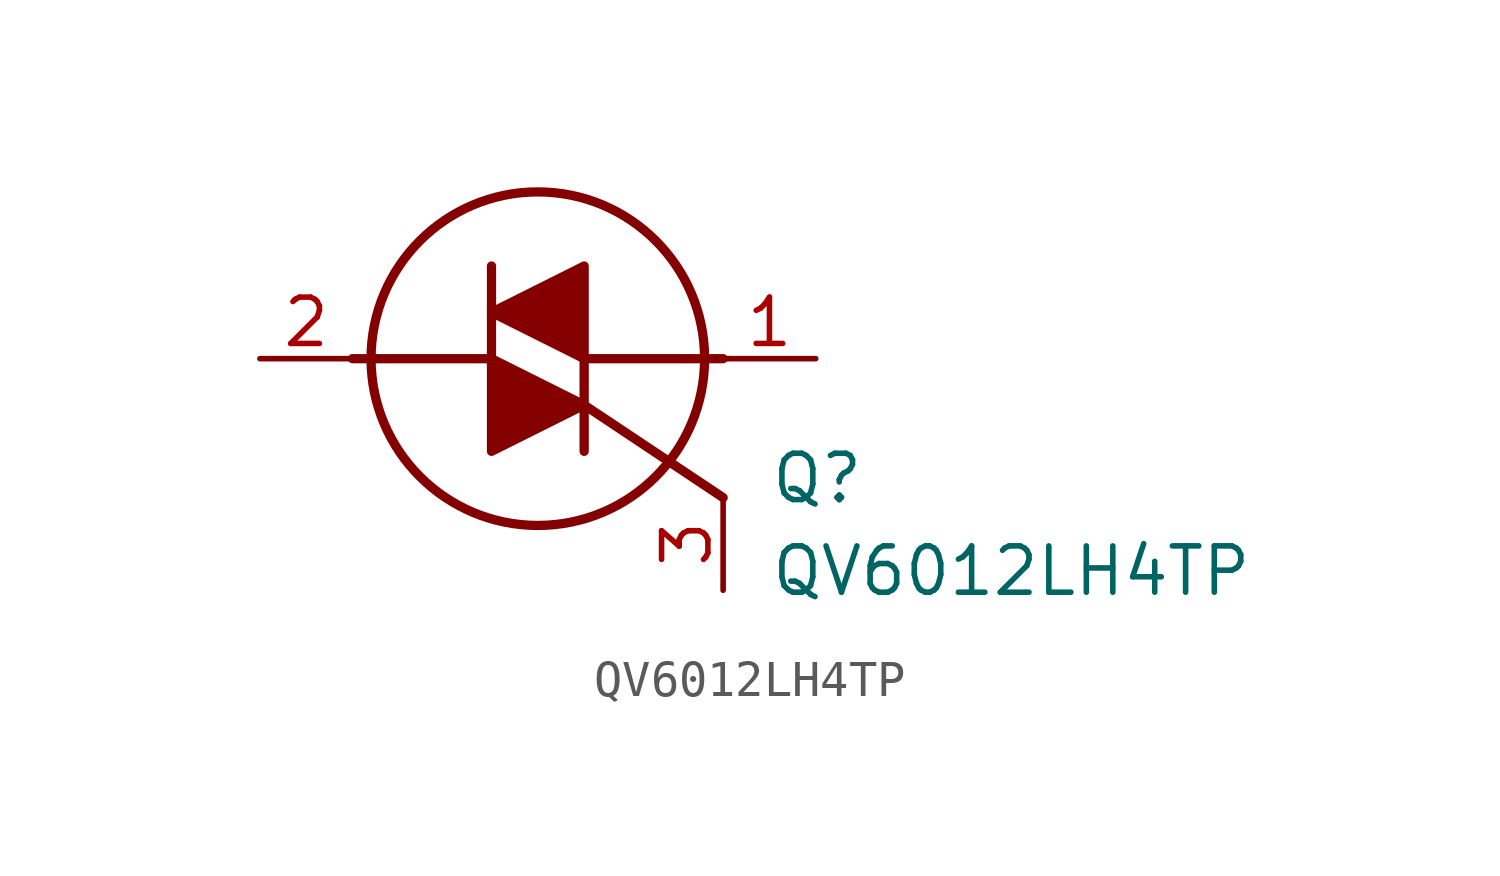
<source format=kicad_sym>
(kicad_symbol_lib
  (version 20211014)
  (generator SamacSys_ECAD_Model)
  (symbol "QV6012LH4TP"
    (pin_names hide)
    (property "Reference" "Q"
      (at 13.97 -2.54 0)
      (effects (font (size 1.27 1.27)) (justify left top)))
    (property "Value" "QV6012LH4TP"
      (at 13.97 -5.08 0)
      (effects (font (size 1.27 1.27)) (justify left top)))
    (polyline
      (pts (xy 8.89 0) (xy 8.89 -2.54))
      (stroke (width 0.254) (type default))
      (fill (type none)))
    (polyline
      (pts (xy 6.35 0) (xy 6.35 2.54))
      (stroke (width 0.254) (type default))
      (fill (type none)))
    (polyline
      (pts (xy 8.89 0) (xy 12.7 0))
      (stroke (width 0.254) (type default))
      (fill (type none)))
    (polyline
      (pts (xy 6.35 0) (xy 2.54 0))
      (stroke (width 0.254) (type default))
      (fill (type none)))
    (polyline
      (pts (xy 8.89 -1.27) (xy 12.7 -3.81))
      (stroke (width 0.254) (type default))
      (fill (type none)))
    (circle
      (center 7.62 0)
      (radius 4.572)
      (stroke (width 0.254) (type default))
      (fill (type none)))
    (polyline
      (pts (xy 8.89 2.54) (xy 8.89 0) (xy 6.35 1.27) (xy 8.89 2.54))
      (stroke (width 0.254) (type default))
      (fill (type outline)))
    (polyline
      (pts (xy 6.35 -2.54) (xy 6.35 0) (xy 8.89 -1.27) (xy 6.35 -2.54))
      (stroke (width 0.254) (type default))
      (fill (type outline)))
    (pin passive line
      (at 15.24 0 180)
      (length 2.54)
      (name "MT1" (effects (font (size 1.27 1.27))))
      (number "1" (effects (font (size 1.27 1.27)))))
    (pin passive line
      (at 0 0 0)
      (length 2.54)
      (name "MT2" (effects (font (size 1.27 1.27))))
      (number "2" (effects (font (size 1.27 1.27)))))
    (pin passive line
      (at 12.7 -6.35 90)
      (length 2.54)
      (name "G" (effects (font (size 1.27 1.27))))
      (number "3" (effects (font (size 1.27 1.27)))))))
</source>
